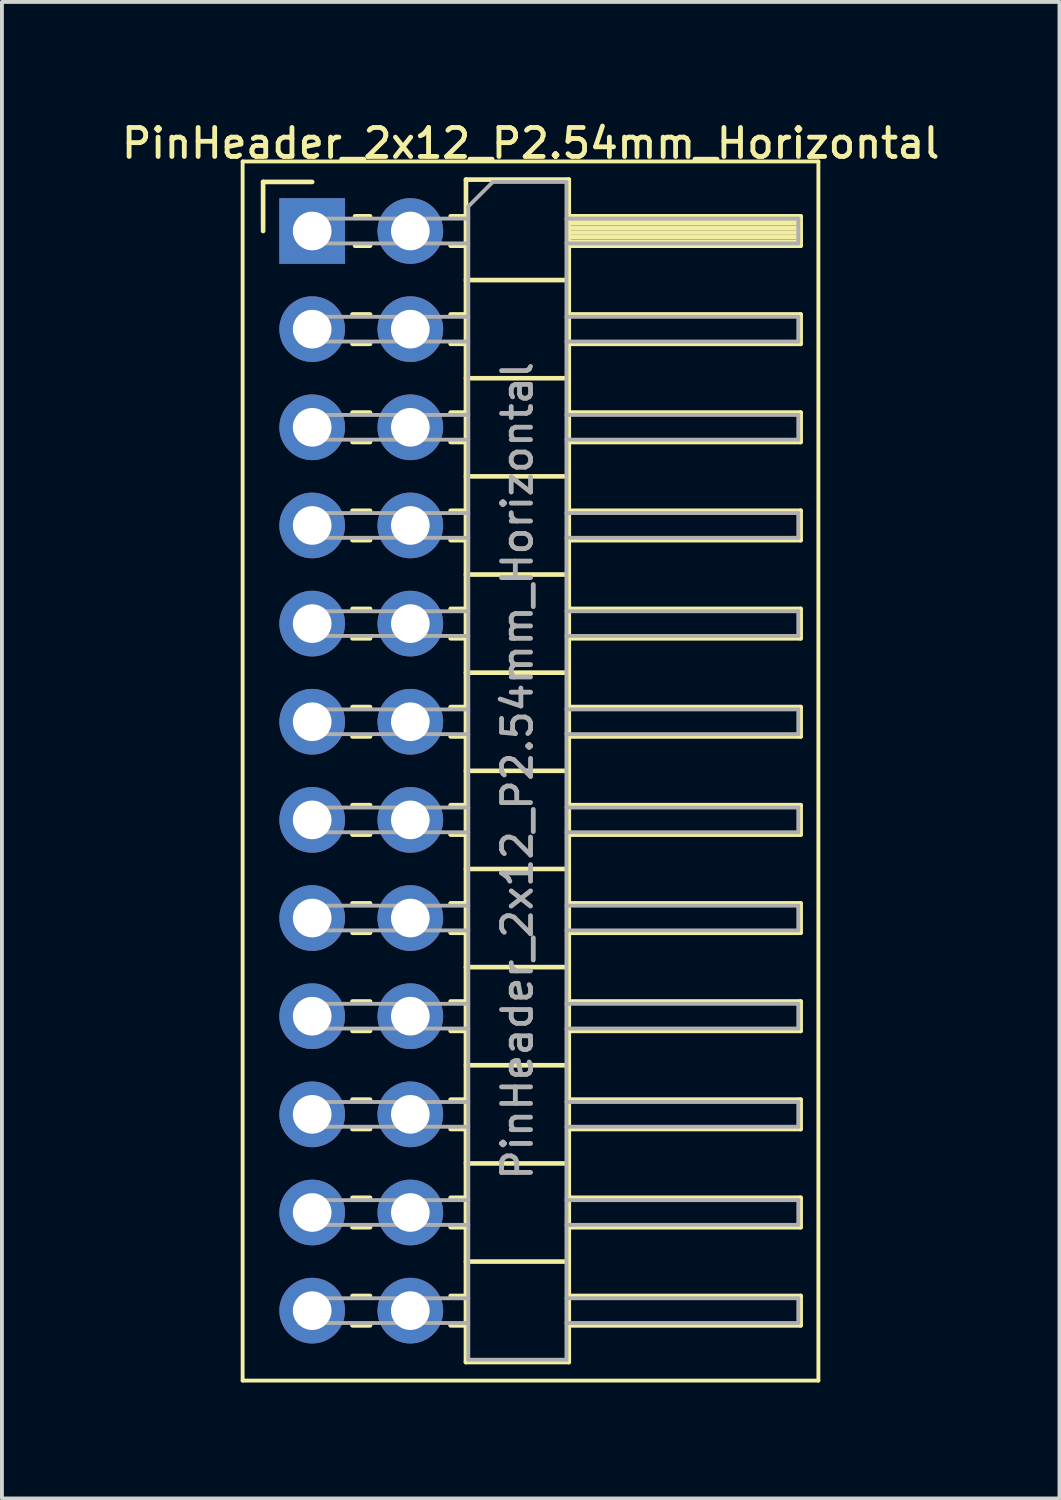
<source format=kicad_pcb>
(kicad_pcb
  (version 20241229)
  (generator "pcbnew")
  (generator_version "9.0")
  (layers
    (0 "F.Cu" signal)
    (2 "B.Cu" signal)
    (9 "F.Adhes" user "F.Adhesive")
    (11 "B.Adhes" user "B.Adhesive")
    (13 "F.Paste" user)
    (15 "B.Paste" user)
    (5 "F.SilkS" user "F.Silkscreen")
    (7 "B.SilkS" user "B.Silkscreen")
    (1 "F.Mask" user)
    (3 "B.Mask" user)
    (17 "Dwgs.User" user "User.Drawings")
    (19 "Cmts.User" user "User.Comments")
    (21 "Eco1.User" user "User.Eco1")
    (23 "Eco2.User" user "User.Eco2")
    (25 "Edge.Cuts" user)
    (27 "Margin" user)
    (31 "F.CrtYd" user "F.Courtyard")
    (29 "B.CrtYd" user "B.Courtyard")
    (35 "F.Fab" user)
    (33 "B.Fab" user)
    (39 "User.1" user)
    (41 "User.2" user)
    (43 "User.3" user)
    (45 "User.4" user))
  (footprint "PinHeader_2x12_P2.54mm_Horizontal"
    (layer "F.Cu")
    (at 5.029 2.928)
    (property "Reference" "PinHeader_2x12_P2.54mm_Horizontal" (at 5.655 -2.27 0) (layer "F.SilkS") (effects (font (size 0.75 0.75) (thickness 0.125))))
    (attr through_hole)
    (fp_line (start -1.8 -1.8) (end -1.8 29.75) (stroke (width 0.1) (type solid)) (layer "F.SilkS"))
    (fp_line (start -1.8 29.75) (end 13.1 29.75) (stroke (width 0.1) (type solid)) (layer "F.SilkS"))
    (fp_line (start -1.27 -1.27) (end 0 -1.27) (stroke (width 0.12) (type solid)) (layer "F.SilkS"))
    (fp_line (start -1.27 0) (end -1.27 -1.27) (stroke (width 0.12) (type solid)) (layer "F.SilkS"))
    (fp_line (start 1.043 2.16) (end 1.497 2.16) (stroke (width 0.12) (type solid)) (layer "F.SilkS"))
    (fp_line (start 1.043 2.92) (end 1.497 2.92) (stroke (width 0.12) (type solid)) (layer "F.SilkS"))
    (fp_line (start 1.043 4.7) (end 1.497 4.7) (stroke (width 0.12) (type solid)) (layer "F.SilkS"))
    (fp_line (start 1.043 5.46) (end 1.497 5.46) (stroke (width 0.12) (type solid)) (layer "F.SilkS"))
    (fp_line (start 1.043 7.24) (end 1.497 7.24) (stroke (width 0.12) (type solid)) (layer "F.SilkS"))
    (fp_line (start 1.043 8) (end 1.497 8) (stroke (width 0.12) (type solid)) (layer "F.SilkS"))
    (fp_line (start 1.043 9.78) (end 1.497 9.78) (stroke (width 0.12) (type solid)) (layer "F.SilkS"))
    (fp_line (start 1.043 10.54) (end 1.497 10.54) (stroke (width 0.12) (type solid)) (layer "F.SilkS"))
    (fp_line (start 1.043 12.32) (end 1.497 12.32) (stroke (width 0.12) (type solid)) (layer "F.SilkS"))
    (fp_line (start 1.043 13.08) (end 1.497 13.08) (stroke (width 0.12) (type solid)) (layer "F.SilkS"))
    (fp_line (start 1.043 14.86) (end 1.497 14.86) (stroke (width 0.12) (type solid)) (layer "F.SilkS"))
    (fp_line (start 1.043 15.62) (end 1.497 15.62) (stroke (width 0.12) (type solid)) (layer "F.SilkS"))
    (fp_line (start 1.043 17.4) (end 1.497 17.4) (stroke (width 0.12) (type solid)) (layer "F.SilkS"))
    (fp_line (start 1.043 18.16) (end 1.497 18.16) (stroke (width 0.12) (type solid)) (layer "F.SilkS"))
    (fp_line (start 1.043 19.94) (end 1.497 19.94) (stroke (width 0.12) (type solid)) (layer "F.SilkS"))
    (fp_line (start 1.043 20.7) (end 1.497 20.7) (stroke (width 0.12) (type solid)) (layer "F.SilkS"))
    (fp_line (start 1.043 22.48) (end 1.497 22.48) (stroke (width 0.12) (type solid)) (layer "F.SilkS"))
    (fp_line (start 1.043 23.24) (end 1.497 23.24) (stroke (width 0.12) (type solid)) (layer "F.SilkS"))
    (fp_line (start 1.043 25.02) (end 1.497 25.02) (stroke (width 0.12) (type solid)) (layer "F.SilkS"))
    (fp_line (start 1.043 25.78) (end 1.497 25.78) (stroke (width 0.12) (type solid)) (layer "F.SilkS"))
    (fp_line (start 1.043 27.56) (end 1.497 27.56) (stroke (width 0.12) (type solid)) (layer "F.SilkS"))
    (fp_line (start 1.043 28.32) (end 1.497 28.32) (stroke (width 0.12) (type solid)) (layer "F.SilkS"))
    (fp_line (start 1.11 -0.38) (end 1.497 -0.38) (stroke (width 0.12) (type solid)) (layer "F.SilkS"))
    (fp_line (start 1.11 0.38) (end 1.497 0.38) (stroke (width 0.12) (type solid)) (layer "F.SilkS"))
    (fp_line (start 3.583 -0.38) (end 3.98 -0.38) (stroke (width 0.12) (type solid)) (layer "F.SilkS"))
    (fp_line (start 3.583 0.38) (end 3.98 0.38) (stroke (width 0.12) (type solid)) (layer "F.SilkS"))
    (fp_line (start 3.583 2.16) (end 3.98 2.16) (stroke (width 0.12) (type solid)) (layer "F.SilkS"))
    (fp_line (start 3.583 2.92) (end 3.98 2.92) (stroke (width 0.12) (type solid)) (layer "F.SilkS"))
    (fp_line (start 3.583 4.7) (end 3.98 4.7) (stroke (width 0.12) (type solid)) (layer "F.SilkS"))
    (fp_line (start 3.583 5.46) (end 3.98 5.46) (stroke (width 0.12) (type solid)) (layer "F.SilkS"))
    (fp_line (start 3.583 7.24) (end 3.98 7.24) (stroke (width 0.12) (type solid)) (layer "F.SilkS"))
    (fp_line (start 3.583 8) (end 3.98 8) (stroke (width 0.12) (type solid)) (layer "F.SilkS"))
    (fp_line (start 3.583 9.78) (end 3.98 9.78) (stroke (width 0.12) (type solid)) (layer "F.SilkS"))
    (fp_line (start 3.583 10.54) (end 3.98 10.54) (stroke (width 0.12) (type solid)) (layer "F.SilkS"))
    (fp_line (start 3.583 12.32) (end 3.98 12.32) (stroke (width 0.12) (type solid)) (layer "F.SilkS"))
    (fp_line (start 3.583 13.08) (end 3.98 13.08) (stroke (width 0.12) (type solid)) (layer "F.SilkS"))
    (fp_line (start 3.583 14.86) (end 3.98 14.86) (stroke (width 0.12) (type solid)) (layer "F.SilkS"))
    (fp_line (start 3.583 15.62) (end 3.98 15.62) (stroke (width 0.12) (type solid)) (layer "F.SilkS"))
    (fp_line (start 3.583 17.4) (end 3.98 17.4) (stroke (width 0.12) (type solid)) (layer "F.SilkS"))
    (fp_line (start 3.583 18.16) (end 3.98 18.16) (stroke (width 0.12) (type solid)) (layer "F.SilkS"))
    (fp_line (start 3.583 19.94) (end 3.98 19.94) (stroke (width 0.12) (type solid)) (layer "F.SilkS"))
    (fp_line (start 3.583 20.7) (end 3.98 20.7) (stroke (width 0.12) (type solid)) (layer "F.SilkS"))
    (fp_line (start 3.583 22.48) (end 3.98 22.48) (stroke (width 0.12) (type solid)) (layer "F.SilkS"))
    (fp_line (start 3.583 23.24) (end 3.98 23.24) (stroke (width 0.12) (type solid)) (layer "F.SilkS"))
    (fp_line (start 3.583 25.02) (end 3.98 25.02) (stroke (width 0.12) (type solid)) (layer "F.SilkS"))
    (fp_line (start 3.583 25.78) (end 3.98 25.78) (stroke (width 0.12) (type solid)) (layer "F.SilkS"))
    (fp_line (start 3.583 27.56) (end 3.98 27.56) (stroke (width 0.12) (type solid)) (layer "F.SilkS"))
    (fp_line (start 3.583 28.32) (end 3.98 28.32) (stroke (width 0.12) (type solid)) (layer "F.SilkS"))
    (fp_line (start 3.98 -1.33) (end 3.98 29.27) (stroke (width 0.12) (type solid)) (layer "F.SilkS"))
    (fp_line (start 3.98 1.27) (end 6.64 1.27) (stroke (width 0.12) (type solid)) (layer "F.SilkS"))
    (fp_line (start 3.98 3.81) (end 6.64 3.81) (stroke (width 0.12) (type solid)) (layer "F.SilkS"))
    (fp_line (start 3.98 6.35) (end 6.64 6.35) (stroke (width 0.12) (type solid)) (layer "F.SilkS"))
    (fp_line (start 3.98 8.89) (end 6.64 8.89) (stroke (width 0.12) (type solid)) (layer "F.SilkS"))
    (fp_line (start 3.98 11.43) (end 6.64 11.43) (stroke (width 0.12) (type solid)) (layer "F.SilkS"))
    (fp_line (start 3.98 13.97) (end 6.64 13.97) (stroke (width 0.12) (type solid)) (layer "F.SilkS"))
    (fp_line (start 3.98 16.51) (end 6.64 16.51) (stroke (width 0.12) (type solid)) (layer "F.SilkS"))
    (fp_line (start 3.98 19.05) (end 6.64 19.05) (stroke (width 0.12) (type solid)) (layer "F.SilkS"))
    (fp_line (start 3.98 21.59) (end 6.64 21.59) (stroke (width 0.12) (type solid)) (layer "F.SilkS"))
    (fp_line (start 3.98 24.13) (end 6.64 24.13) (stroke (width 0.12) (type solid)) (layer "F.SilkS"))
    (fp_line (start 3.98 26.67) (end 6.64 26.67) (stroke (width 0.12) (type solid)) (layer "F.SilkS"))
    (fp_line (start 3.98 29.27) (end 6.64 29.27) (stroke (width 0.12) (type solid)) (layer "F.SilkS"))
    (fp_line (start 6.64 -1.33) (end 3.98 -1.33) (stroke (width 0.12) (type solid)) (layer "F.SilkS"))
    (fp_line (start 6.64 -0.38) (end 12.64 -0.38) (stroke (width 0.12) (type solid)) (layer "F.SilkS"))
    (fp_line (start 6.64 -0.32) (end 12.64 -0.32) (stroke (width 0.12) (type solid)) (layer "F.SilkS"))
    (fp_line (start 6.64 -0.2) (end 12.64 -0.2) (stroke (width 0.12) (type solid)) (layer "F.SilkS"))
    (fp_line (start 6.64 -0.08) (end 12.64 -0.08) (stroke (width 0.12) (type solid)) (layer "F.SilkS"))
    (fp_line (start 6.64 0.04) (end 12.64 0.04) (stroke (width 0.12) (type solid)) (layer "F.SilkS"))
    (fp_line (start 6.64 0.16) (end 12.64 0.16) (stroke (width 0.12) (type solid)) (layer "F.SilkS"))
    (fp_line (start 6.64 0.28) (end 12.64 0.28) (stroke (width 0.12) (type solid)) (layer "F.SilkS"))
    (fp_line (start 6.64 2.16) (end 12.64 2.16) (stroke (width 0.12) (type solid)) (layer "F.SilkS"))
    (fp_line (start 6.64 4.7) (end 12.64 4.7) (stroke (width 0.12) (type solid)) (layer "F.SilkS"))
    (fp_line (start 6.64 7.24) (end 12.64 7.24) (stroke (width 0.12) (type solid)) (layer "F.SilkS"))
    (fp_line (start 6.64 9.78) (end 12.64 9.78) (stroke (width 0.12) (type solid)) (layer "F.SilkS"))
    (fp_line (start 6.64 12.32) (end 12.64 12.32) (stroke (width 0.12) (type solid)) (layer "F.SilkS"))
    (fp_line (start 6.64 14.86) (end 12.64 14.86) (stroke (width 0.12) (type solid)) (layer "F.SilkS"))
    (fp_line (start 6.64 17.4) (end 12.64 17.4) (stroke (width 0.12) (type solid)) (layer "F.SilkS"))
    (fp_line (start 6.64 19.94) (end 12.64 19.94) (stroke (width 0.12) (type solid)) (layer "F.SilkS"))
    (fp_line (start 6.64 22.48) (end 12.64 22.48) (stroke (width 0.12) (type solid)) (layer "F.SilkS"))
    (fp_line (start 6.64 25.02) (end 12.64 25.02) (stroke (width 0.12) (type solid)) (layer "F.SilkS"))
    (fp_line (start 6.64 27.56) (end 12.64 27.56) (stroke (width 0.12) (type solid)) (layer "F.SilkS"))
    (fp_line (start 6.64 29.27) (end 6.64 -1.33) (stroke (width 0.12) (type solid)) (layer "F.SilkS"))
    (fp_line (start 12.64 -0.38) (end 12.64 0.38) (stroke (width 0.12) (type solid)) (layer "F.SilkS"))
    (fp_line (start 12.64 0.38) (end 6.64 0.38) (stroke (width 0.12) (type solid)) (layer "F.SilkS"))
    (fp_line (start 12.64 2.16) (end 12.64 2.92) (stroke (width 0.12) (type solid)) (layer "F.SilkS"))
    (fp_line (start 12.64 2.92) (end 6.64 2.92) (stroke (width 0.12) (type solid)) (layer "F.SilkS"))
    (fp_line (start 12.64 4.7) (end 12.64 5.46) (stroke (width 0.12) (type solid)) (layer "F.SilkS"))
    (fp_line (start 12.64 5.46) (end 6.64 5.46) (stroke (width 0.12) (type solid)) (layer "F.SilkS"))
    (fp_line (start 12.64 7.24) (end 12.64 8) (stroke (width 0.12) (type solid)) (layer "F.SilkS"))
    (fp_line (start 12.64 8) (end 6.64 8) (stroke (width 0.12) (type solid)) (layer "F.SilkS"))
    (fp_line (start 12.64 9.78) (end 12.64 10.54) (stroke (width 0.12) (type solid)) (layer "F.SilkS"))
    (fp_line (start 12.64 10.54) (end 6.64 10.54) (stroke (width 0.12) (type solid)) (layer "F.SilkS"))
    (fp_line (start 12.64 12.32) (end 12.64 13.08) (stroke (width 0.12) (type solid)) (layer "F.SilkS"))
    (fp_line (start 12.64 13.08) (end 6.64 13.08) (stroke (width 0.12) (type solid)) (layer "F.SilkS"))
    (fp_line (start 12.64 14.86) (end 12.64 15.62) (stroke (width 0.12) (type solid)) (layer "F.SilkS"))
    (fp_line (start 12.64 15.62) (end 6.64 15.62) (stroke (width 0.12) (type solid)) (layer "F.SilkS"))
    (fp_line (start 12.64 17.4) (end 12.64 18.16) (stroke (width 0.12) (type solid)) (layer "F.SilkS"))
    (fp_line (start 12.64 18.16) (end 6.64 18.16) (stroke (width 0.12) (type solid)) (layer "F.SilkS"))
    (fp_line (start 12.64 19.94) (end 12.64 20.7) (stroke (width 0.12) (type solid)) (layer "F.SilkS"))
    (fp_line (start 12.64 20.7) (end 6.64 20.7) (stroke (width 0.12) (type solid)) (layer "F.SilkS"))
    (fp_line (start 12.64 22.48) (end 12.64 23.24) (stroke (width 0.12) (type solid)) (layer "F.SilkS"))
    (fp_line (start 12.64 23.24) (end 6.64 23.24) (stroke (width 0.12) (type solid)) (layer "F.SilkS"))
    (fp_line (start 12.64 25.02) (end 12.64 25.78) (stroke (width 0.12) (type solid)) (layer "F.SilkS"))
    (fp_line (start 12.64 25.78) (end 6.64 25.78) (stroke (width 0.12) (type solid)) (layer "F.SilkS"))
    (fp_line (start 12.64 27.56) (end 12.64 28.32) (stroke (width 0.12) (type solid)) (layer "F.SilkS"))
    (fp_line (start 12.64 28.32) (end 6.64 28.32) (stroke (width 0.12) (type solid)) (layer "F.SilkS"))
    (fp_line (start 13.1 -1.8) (end -1.8 -1.8) (stroke (width 0.1) (type solid)) (layer "F.SilkS"))
    (fp_line (start 13.1 29.75) (end 13.1 -1.8) (stroke (width 0.1) (type solid)) (layer "F.SilkS"))
    (fp_line (start -0.32 -0.32) (end -0.32 0.32) (stroke (width 0.1) (type solid)) (layer "F.Fab"))
    (fp_line (start -0.32 -0.32) (end 4.04 -0.32) (stroke (width 0.1) (type solid)) (layer "F.Fab"))
    (fp_line (start -0.32 0.32) (end 4.04 0.32) (stroke (width 0.1) (type solid)) (layer "F.Fab"))
    (fp_line (start -0.32 2.22) (end -0.32 2.86) (stroke (width 0.1) (type solid)) (layer "F.Fab"))
    (fp_line (start -0.32 2.22) (end 4.04 2.22) (stroke (width 0.1) (type solid)) (layer "F.Fab"))
    (fp_line (start -0.32 2.86) (end 4.04 2.86) (stroke (width 0.1) (type solid)) (layer "F.Fab"))
    (fp_line (start -0.32 4.76) (end -0.32 5.4) (stroke (width 0.1) (type solid)) (layer "F.Fab"))
    (fp_line (start -0.32 4.76) (end 4.04 4.76) (stroke (width 0.1) (type solid)) (layer "F.Fab"))
    (fp_line (start -0.32 5.4) (end 4.04 5.4) (stroke (width 0.1) (type solid)) (layer "F.Fab"))
    (fp_line (start -0.32 7.3) (end -0.32 7.94) (stroke (width 0.1) (type solid)) (layer "F.Fab"))
    (fp_line (start -0.32 7.3) (end 4.04 7.3) (stroke (width 0.1) (type solid)) (layer "F.Fab"))
    (fp_line (start -0.32 7.94) (end 4.04 7.94) (stroke (width 0.1) (type solid)) (layer "F.Fab"))
    (fp_line (start -0.32 9.84) (end -0.32 10.48) (stroke (width 0.1) (type solid)) (layer "F.Fab"))
    (fp_line (start -0.32 9.84) (end 4.04 9.84) (stroke (width 0.1) (type solid)) (layer "F.Fab"))
    (fp_line (start -0.32 10.48) (end 4.04 10.48) (stroke (width 0.1) (type solid)) (layer "F.Fab"))
    (fp_line (start -0.32 12.38) (end -0.32 13.02) (stroke (width 0.1) (type solid)) (layer "F.Fab"))
    (fp_line (start -0.32 12.38) (end 4.04 12.38) (stroke (width 0.1) (type solid)) (layer "F.Fab"))
    (fp_line (start -0.32 13.02) (end 4.04 13.02) (stroke (width 0.1) (type solid)) (layer "F.Fab"))
    (fp_line (start -0.32 14.92) (end -0.32 15.56) (stroke (width 0.1) (type solid)) (layer "F.Fab"))
    (fp_line (start -0.32 14.92) (end 4.04 14.92) (stroke (width 0.1) (type solid)) (layer "F.Fab"))
    (fp_line (start -0.32 15.56) (end 4.04 15.56) (stroke (width 0.1) (type solid)) (layer "F.Fab"))
    (fp_line (start -0.32 17.46) (end -0.32 18.1) (stroke (width 0.1) (type solid)) (layer "F.Fab"))
    (fp_line (start -0.32 17.46) (end 4.04 17.46) (stroke (width 0.1) (type solid)) (layer "F.Fab"))
    (fp_line (start -0.32 18.1) (end 4.04 18.1) (stroke (width 0.1) (type solid)) (layer "F.Fab"))
    (fp_line (start -0.32 20) (end -0.32 20.64) (stroke (width 0.1) (type solid)) (layer "F.Fab"))
    (fp_line (start -0.32 20) (end 4.04 20) (stroke (width 0.1) (type solid)) (layer "F.Fab"))
    (fp_line (start -0.32 20.64) (end 4.04 20.64) (stroke (width 0.1) (type solid)) (layer "F.Fab"))
    (fp_line (start -0.32 22.54) (end -0.32 23.18) (stroke (width 0.1) (type solid)) (layer "F.Fab"))
    (fp_line (start -0.32 22.54) (end 4.04 22.54) (stroke (width 0.1) (type solid)) (layer "F.Fab"))
    (fp_line (start -0.32 23.18) (end 4.04 23.18) (stroke (width 0.1) (type solid)) (layer "F.Fab"))
    (fp_line (start -0.32 25.08) (end -0.32 25.72) (stroke (width 0.1) (type solid)) (layer "F.Fab"))
    (fp_line (start -0.32 25.08) (end 4.04 25.08) (stroke (width 0.1) (type solid)) (layer "F.Fab"))
    (fp_line (start -0.32 25.72) (end 4.04 25.72) (stroke (width 0.1) (type solid)) (layer "F.Fab"))
    (fp_line (start -0.32 27.62) (end -0.32 28.26) (stroke (width 0.1) (type solid)) (layer "F.Fab"))
    (fp_line (start -0.32 27.62) (end 4.04 27.62) (stroke (width 0.1) (type solid)) (layer "F.Fab"))
    (fp_line (start -0.32 28.26) (end 4.04 28.26) (stroke (width 0.1) (type solid)) (layer "F.Fab"))
    (fp_line (start 4.04 -0.635) (end 4.675 -1.27) (stroke (width 0.1) (type solid)) (layer "F.Fab"))
    (fp_line (start 4.04 29.21) (end 4.04 -0.635) (stroke (width 0.1) (type solid)) (layer "F.Fab"))
    (fp_line (start 4.675 -1.27) (end 6.58 -1.27) (stroke (width 0.1) (type solid)) (layer "F.Fab"))
    (fp_line (start 6.58 -1.27) (end 6.58 29.21) (stroke (width 0.1) (type solid)) (layer "F.Fab"))
    (fp_line (start 6.58 -0.32) (end 12.58 -0.32) (stroke (width 0.1) (type solid)) (layer "F.Fab"))
    (fp_line (start 6.58 0.32) (end 12.58 0.32) (stroke (width 0.1) (type solid)) (layer "F.Fab"))
    (fp_line (start 6.58 2.22) (end 12.58 2.22) (stroke (width 0.1) (type solid)) (layer "F.Fab"))
    (fp_line (start 6.58 2.86) (end 12.58 2.86) (stroke (width 0.1) (type solid)) (layer "F.Fab"))
    (fp_line (start 6.58 4.76) (end 12.58 4.76) (stroke (width 0.1) (type solid)) (layer "F.Fab"))
    (fp_line (start 6.58 5.4) (end 12.58 5.4) (stroke (width 0.1) (type solid)) (layer "F.Fab"))
    (fp_line (start 6.58 7.3) (end 12.58 7.3) (stroke (width 0.1) (type solid)) (layer "F.Fab"))
    (fp_line (start 6.58 7.94) (end 12.58 7.94) (stroke (width 0.1) (type solid)) (layer "F.Fab"))
    (fp_line (start 6.58 9.84) (end 12.58 9.84) (stroke (width 0.1) (type solid)) (layer "F.Fab"))
    (fp_line (start 6.58 10.48) (end 12.58 10.48) (stroke (width 0.1) (type solid)) (layer "F.Fab"))
    (fp_line (start 6.58 12.38) (end 12.58 12.38) (stroke (width 0.1) (type solid)) (layer "F.Fab"))
    (fp_line (start 6.58 13.02) (end 12.58 13.02) (stroke (width 0.1) (type solid)) (layer "F.Fab"))
    (fp_line (start 6.58 14.92) (end 12.58 14.92) (stroke (width 0.1) (type solid)) (layer "F.Fab"))
    (fp_line (start 6.58 15.56) (end 12.58 15.56) (stroke (width 0.1) (type solid)) (layer "F.Fab"))
    (fp_line (start 6.58 17.46) (end 12.58 17.46) (stroke (width 0.1) (type solid)) (layer "F.Fab"))
    (fp_line (start 6.58 18.1) (end 12.58 18.1) (stroke (width 0.1) (type solid)) (layer "F.Fab"))
    (fp_line (start 6.58 20) (end 12.58 20) (stroke (width 0.1) (type solid)) (layer "F.Fab"))
    (fp_line (start 6.58 20.64) (end 12.58 20.64) (stroke (width 0.1) (type solid)) (layer "F.Fab"))
    (fp_line (start 6.58 22.54) (end 12.58 22.54) (stroke (width 0.1) (type solid)) (layer "F.Fab"))
    (fp_line (start 6.58 23.18) (end 12.58 23.18) (stroke (width 0.1) (type solid)) (layer "F.Fab"))
    (fp_line (start 6.58 25.08) (end 12.58 25.08) (stroke (width 0.1) (type solid)) (layer "F.Fab"))
    (fp_line (start 6.58 25.72) (end 12.58 25.72) (stroke (width 0.1) (type solid)) (layer "F.Fab"))
    (fp_line (start 6.58 27.62) (end 12.58 27.62) (stroke (width 0.1) (type solid)) (layer "F.Fab"))
    (fp_line (start 6.58 28.26) (end 12.58 28.26) (stroke (width 0.1) (type solid)) (layer "F.Fab"))
    (fp_line (start 6.58 29.21) (end 4.04 29.21) (stroke (width 0.1) (type solid)) (layer "F.Fab"))
    (fp_line (start 12.58 -0.32) (end 12.58 0.32) (stroke (width 0.1) (type solid)) (layer "F.Fab"))
    (fp_line (start 12.58 2.22) (end 12.58 2.86) (stroke (width 0.1) (type solid)) (layer "F.Fab"))
    (fp_line (start 12.58 4.76) (end 12.58 5.4) (stroke (width 0.1) (type solid)) (layer "F.Fab"))
    (fp_line (start 12.58 7.3) (end 12.58 7.94) (stroke (width 0.1) (type solid)) (layer "F.Fab"))
    (fp_line (start 12.58 9.84) (end 12.58 10.48) (stroke (width 0.1) (type solid)) (layer "F.Fab"))
    (fp_line (start 12.58 12.38) (end 12.58 13.02) (stroke (width 0.1) (type solid)) (layer "F.Fab"))
    (fp_line (start 12.58 14.92) (end 12.58 15.56) (stroke (width 0.1) (type solid)) (layer "F.Fab"))
    (fp_line (start 12.58 17.46) (end 12.58 18.1) (stroke (width 0.1) (type solid)) (layer "F.Fab"))
    (fp_line (start 12.58 20) (end 12.58 20.64) (stroke (width 0.1) (type solid)) (layer "F.Fab"))
    (fp_line (start 12.58 22.54) (end 12.58 23.18) (stroke (width 0.1) (type solid)) (layer "F.Fab"))
    (fp_line (start 12.58 25.08) (end 12.58 25.72) (stroke (width 0.1) (type solid)) (layer "F.Fab"))
    (fp_line (start 12.58 27.62) (end 12.58 28.26) (stroke (width 0.1) (type solid)) (layer "F.Fab"))
    (fp_text user "${REFERENCE}" (at 5.31 13.97 90) (layer "F.Fab") (effects (font (size 0.75 0.75) (thickness 0.125))))
    (pad "1" thru_hole rect (at 0 0) (size 1.7 1.7) (drill 1) (layers "*.Cu" "*.Mask"))
    (pad "2" thru_hole oval (at 2.54 0) (size 1.7 1.7) (drill 1) (layers "*.Cu" "*.Mask"))
    (pad "3" thru_hole oval (at 0 2.54) (size 1.7 1.7) (drill 1) (layers "*.Cu" "*.Mask"))
    (pad "4" thru_hole oval (at 2.54 2.54) (size 1.7 1.7) (drill 1) (layers "*.Cu" "*.Mask"))
    (pad "5" thru_hole oval (at 0 5.08) (size 1.7 1.7) (drill 1) (layers "*.Cu" "*.Mask"))
    (pad "6" thru_hole oval (at 2.54 5.08) (size 1.7 1.7) (drill 1) (layers "*.Cu" "*.Mask"))
    (pad "7" thru_hole oval (at 0 7.62) (size 1.7 1.7) (drill 1) (layers "*.Cu" "*.Mask"))
    (pad "8" thru_hole oval (at 2.54 7.62) (size 1.7 1.7) (drill 1) (layers "*.Cu" "*.Mask"))
    (pad "9" thru_hole oval (at 0 10.16) (size 1.7 1.7) (drill 1) (layers "*.Cu" "*.Mask"))
    (pad "10" thru_hole oval (at 2.54 10.16) (size 1.7 1.7) (drill 1) (layers "*.Cu" "*.Mask"))
    (pad "11" thru_hole oval (at 0 12.7) (size 1.7 1.7) (drill 1) (layers "*.Cu" "*.Mask"))
    (pad "12" thru_hole oval (at 2.54 12.7) (size 1.7 1.7) (drill 1) (layers "*.Cu" "*.Mask"))
    (pad "13" thru_hole oval (at 0 15.24) (size 1.7 1.7) (drill 1) (layers "*.Cu" "*.Mask"))
    (pad "14" thru_hole oval (at 2.54 15.24) (size 1.7 1.7) (drill 1) (layers "*.Cu" "*.Mask"))
    (pad "15" thru_hole oval (at 0 17.78) (size 1.7 1.7) (drill 1) (layers "*.Cu" "*.Mask"))
    (pad "16" thru_hole oval (at 2.54 17.78) (size 1.7 1.7) (drill 1) (layers "*.Cu" "*.Mask"))
    (pad "17" thru_hole oval (at 0 20.32) (size 1.7 1.7) (drill 1) (layers "*.Cu" "*.Mask"))
    (pad "18" thru_hole oval (at 2.54 20.32) (size 1.7 1.7) (drill 1) (layers "*.Cu" "*.Mask"))
    (pad "19" thru_hole oval (at 0 22.86) (size 1.7 1.7) (drill 1) (layers "*.Cu" "*.Mask"))
    (pad "20" thru_hole oval (at 2.54 22.86) (size 1.7 1.7) (drill 1) (layers "*.Cu" "*.Mask"))
    (pad "21" thru_hole oval (at 0 25.4) (size 1.7 1.7) (drill 1) (layers "*.Cu" "*.Mask"))
    (pad "22" thru_hole oval (at 2.54 25.4) (size 1.7 1.7) (drill 1) (layers "*.Cu" "*.Mask"))
    (pad "23" thru_hole oval (at 0 27.94) (size 1.7 1.7) (drill 1) (layers "*.Cu" "*.Mask"))
    (pad "24" thru_hole oval (at 2.54 27.94) (size 1.7 1.7) (drill 1) (layers "*.Cu" "*.Mask")))
  (gr_rect
    (start -3 -3)
    (end 24.368 35.728)
    (stroke (width 0.1) (type default))
    (fill no)
    (layer "Edge.Cuts")))
</source>
